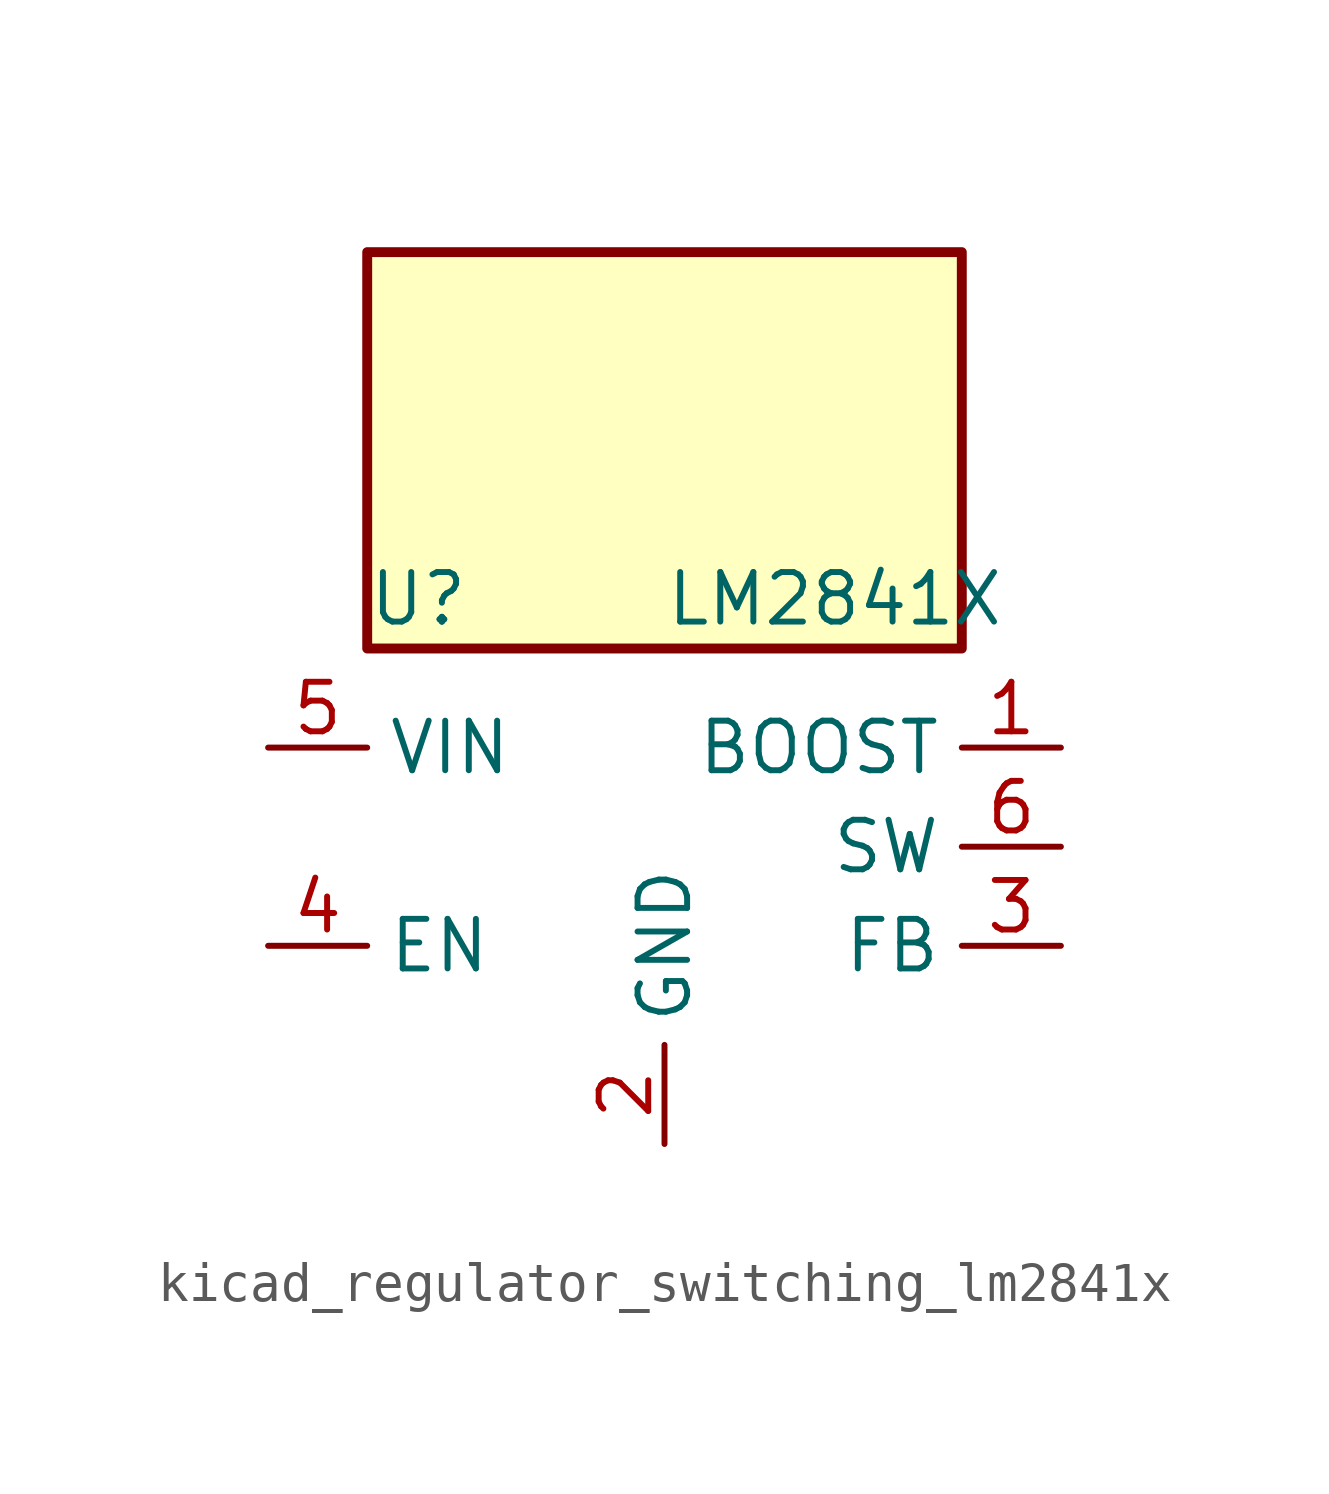
<source format=kicad_sym>
(kicad_symbol_lib
  (version 20220914)
  (generator kicad_symbol_editor)
  (symbol "kicad_regulator_switching_lm2841x"
    (property "Reference" "U"
      (at -7.62 6.35 0)
      (effects (font (size 1.27 1.27)) (justify left)))
    (property "Value" "LM2841X"
      (at 0 6.35 0)
      (effects (font (size 1.27 1.27)) (justify left)))
    (symbol "kicad_regulator_switching_lm2841x_0_1"
      (rectangle (start 7.62 15.24) (end -7.62 5.08) (stroke (width 0.254) (type default)) (fill (type background)))
      (pin input line (at 10.16 2.54 180) (length 2.54) (name "BOOST" (effects (font (size 1.27 1.27)))) (number "1" (effects (font (size 1.27 1.27))))))
    (symbol "kicad_regulator_switching_lm2841x_1_1"
      (pin power_in line (at 0 -7.62 90) (length 2.54) (name "GND" (effects (font (size 1.27 1.27)))) (number "2" (effects (font (size 1.27 1.27)))))
      (pin input line (at 10.16 -2.54 180) (length 2.54) (name "FB" (effects (font (size 1.27 1.27)))) (number "3" (effects (font (size 1.27 1.27)))))
      (pin input line (at -10.16 -2.54 0) (length 2.54) (name "EN" (effects (font (size 1.27 1.27)))) (number "4" (effects (font (size 1.27 1.27)))))
      (pin power_in line (at -10.16 2.54 0) (length 2.54) (name "VIN" (effects (font (size 1.27 1.27)))) (number "5" (effects (font (size 1.27 1.27)))))
      (pin output line (at 10.16 0 180) (length 2.54) (name "SW" (effects (font (size 1.27 1.27)))) (number "6" (effects (font (size 1.27 1.27))))))))
</source>
